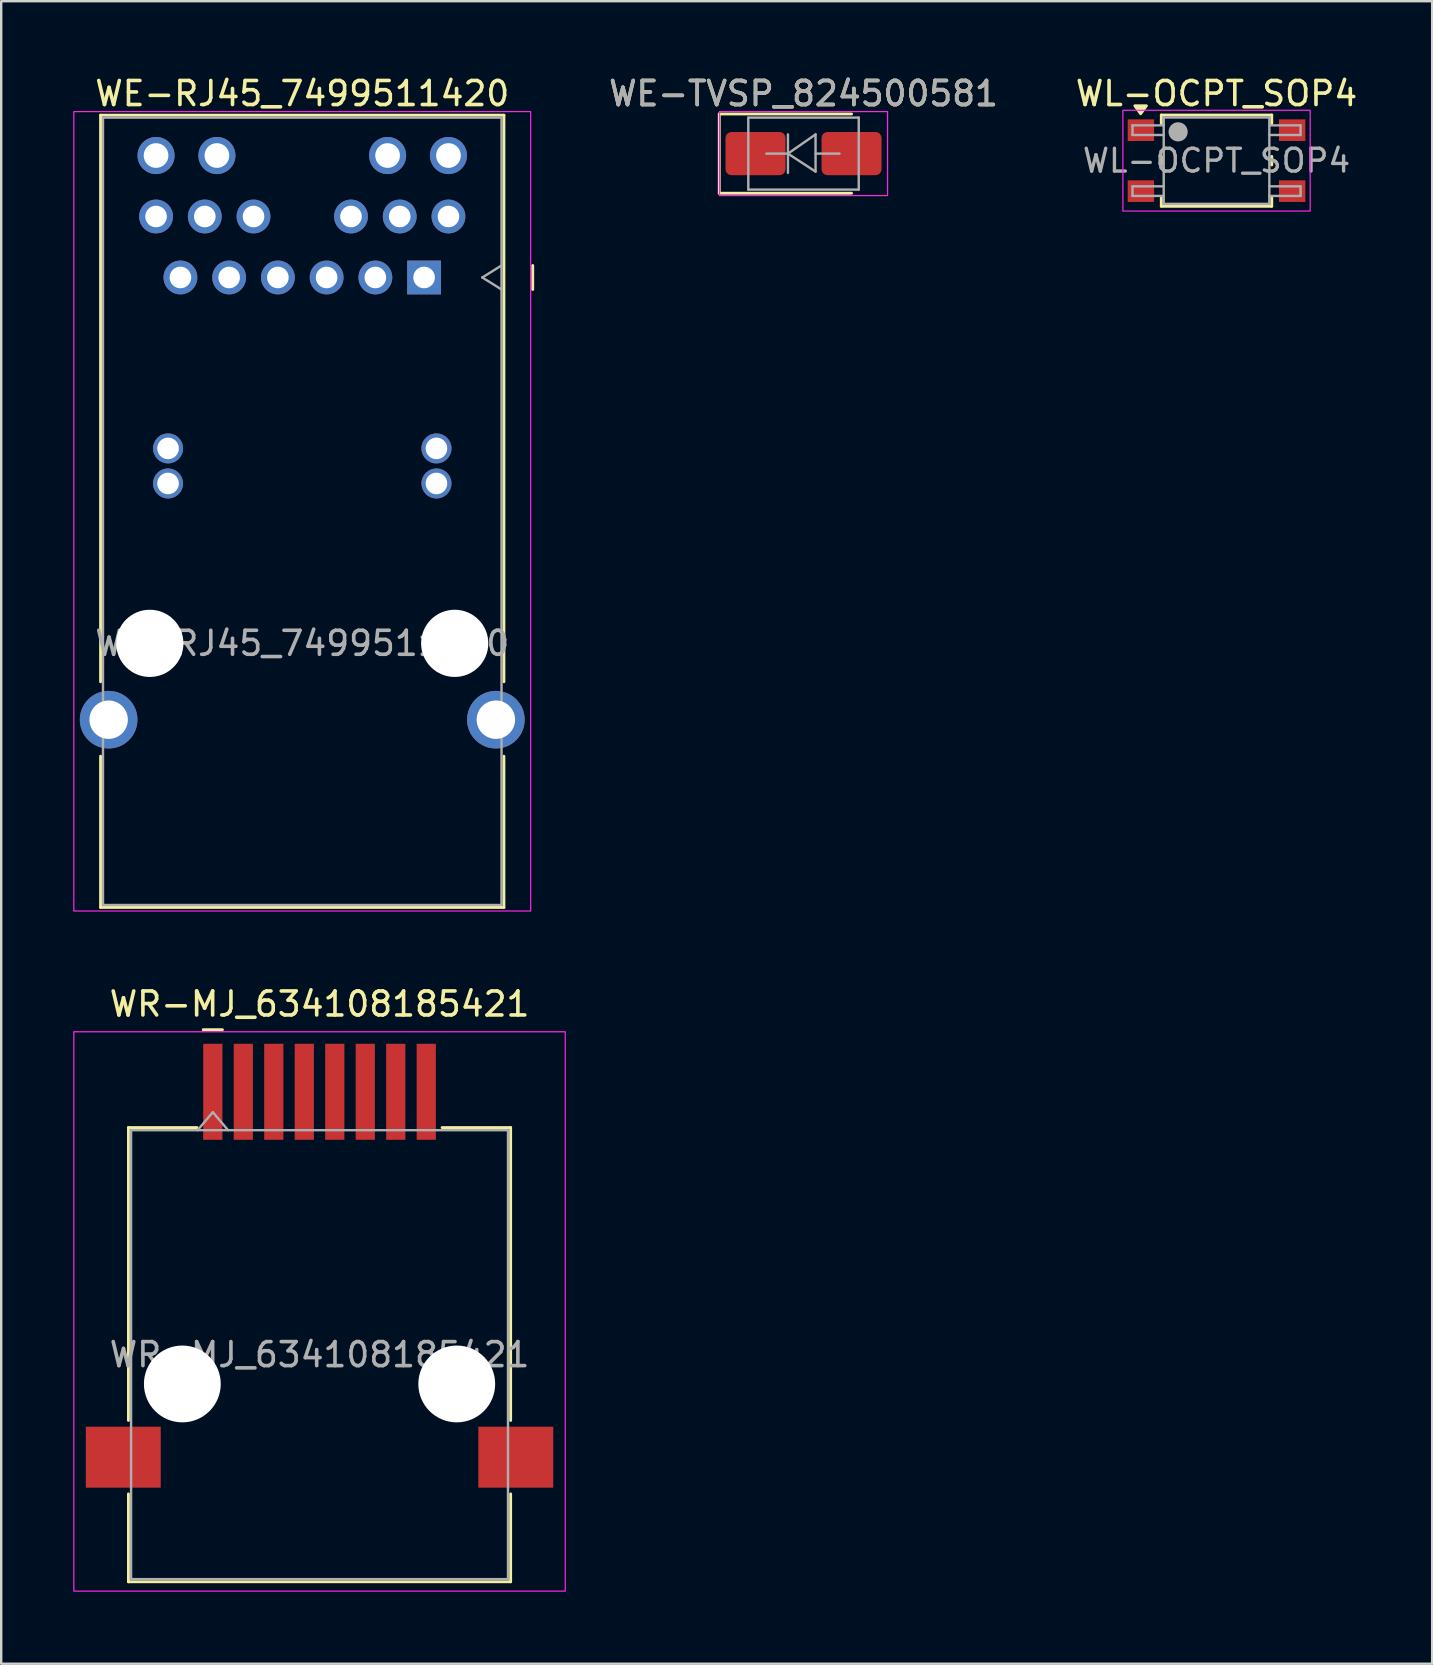
<source format=kicad_pcb>
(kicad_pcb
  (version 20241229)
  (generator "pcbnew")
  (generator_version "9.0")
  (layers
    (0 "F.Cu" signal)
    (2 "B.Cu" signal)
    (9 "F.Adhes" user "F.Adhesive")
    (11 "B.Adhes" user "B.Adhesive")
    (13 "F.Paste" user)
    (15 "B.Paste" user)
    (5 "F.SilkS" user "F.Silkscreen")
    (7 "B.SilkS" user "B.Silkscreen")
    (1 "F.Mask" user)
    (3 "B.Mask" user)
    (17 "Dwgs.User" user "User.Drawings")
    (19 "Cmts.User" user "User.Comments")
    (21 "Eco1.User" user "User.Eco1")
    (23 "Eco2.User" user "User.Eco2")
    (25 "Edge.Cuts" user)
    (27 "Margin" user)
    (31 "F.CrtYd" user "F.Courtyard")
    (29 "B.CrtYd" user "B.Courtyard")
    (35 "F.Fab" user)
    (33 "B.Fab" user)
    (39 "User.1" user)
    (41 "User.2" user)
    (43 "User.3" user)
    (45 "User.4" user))
  (footprint "WL-OCPT_SOP4"
    (layer "F.Cu")
    (at 47.623 3.642)
    (property "Reference" "WL-OCPT_SOP4" (at 0 -2.794 0) (layer "F.SilkS") (effects (font (size 1 1) (thickness 0.15))))
    (attr smd)
    (fp_line (start -2.3 -1.9) (end -2.3 -1.545) (stroke (width 0.12) (type solid)) (layer "F.SilkS"))
    (fp_line (start -2.3 -1.9) (end 2.3 -1.9) (stroke (width 0.12) (type solid)) (layer "F.SilkS"))
    (fp_line (start -2.3 -0.177) (end -2.3 0.177) (stroke (width 0.12) (type solid)) (layer "F.SilkS"))
    (fp_line (start -2.3 1.9) (end -2.3 1.545) (stroke (width 0.12) (type solid)) (layer "F.SilkS"))
    (fp_line (start -2.3 1.9) (end 2.3 1.9) (stroke (width 0.12) (type solid)) (layer "F.SilkS"))
    (fp_line (start 2.3 -1.9) (end 2.3 -1.545) (stroke (width 0.12) (type solid)) (layer "F.SilkS"))
    (fp_line (start 2.3 -0.177) (end 2.3 0.177) (stroke (width 0.12) (type solid)) (layer "F.SilkS"))
    (fp_line (start 2.3 1.9) (end 2.3 1.545) (stroke (width 0.12) (type solid)) (layer "F.SilkS"))
    (fp_poly (pts (xy -3.161 -1.956) (xy -3.401 -2.286) (xy -2.921 -2.286)) (stroke (width 0.12) (type solid)) (fill yes) (layer "F.SilkS"))
    (fp_poly (pts (xy -3.9 -2.1) (xy 3.9 -2.1) (xy 3.9 2.1) (xy -3.9 2.1)) (stroke (width 0.05) (type solid)) (fill no) (layer "F.CrtYd"))
    (fp_line (start -3.5 -1.47) (end -3.5 -1.07) (stroke (width 0.1) (type solid)) (layer "F.Fab"))
    (fp_line (start -3.5 -1.07) (end -2.2 -1.07) (stroke (width 0.1) (type solid)) (layer "F.Fab"))
    (fp_line (start -3.5 1.07) (end -3.5 1.47) (stroke (width 0.1) (type solid)) (layer "F.Fab"))
    (fp_line (start -3.5 1.47) (end -2.2 1.47) (stroke (width 0.1) (type solid)) (layer "F.Fab"))
    (fp_line (start -2.2 -1.8) (end 2.2 -1.8) (stroke (width 0.1) (type solid)) (layer "F.Fab"))
    (fp_line (start -2.2 -1.47) (end -3.5 -1.47) (stroke (width 0.1) (type solid)) (layer "F.Fab"))
    (fp_line (start -2.2 -1.47) (end -2.2 -1.8) (stroke (width 0.1) (type solid)) (layer "F.Fab"))
    (fp_line (start -2.2 -1.07) (end -2.2 -1.47) (stroke (width 0.1) (type solid)) (layer "F.Fab"))
    (fp_line (start -2.2 1.07) (end -3.5 1.07) (stroke (width 0.1) (type solid)) (layer "F.Fab"))
    (fp_line (start -2.2 1.8) (end -2.2 -1.07) (stroke (width 0.1) (type solid)) (layer "F.Fab"))
    (fp_line (start 2.2 -1.8) (end 2.2 1.8) (stroke (width 0.1) (type solid)) (layer "F.Fab"))
    (fp_line (start 2.2 -1.07) (end 3.5 -1.07) (stroke (width 0.1) (type solid)) (layer "F.Fab"))
    (fp_line (start 2.2 1.47) (end 3.5 1.47) (stroke (width 0.1) (type solid)) (layer "F.Fab"))
    (fp_line (start 2.2 1.8) (end -2.2 1.8) (stroke (width 0.1) (type solid)) (layer "F.Fab"))
    (fp_line (start 3.5 -1.47) (end 2.2 -1.47) (stroke (width 0.1) (type solid)) (layer "F.Fab"))
    (fp_line (start 3.5 -1.07) (end 3.5 -1.47) (stroke (width 0.1) (type solid)) (layer "F.Fab"))
    (fp_line (start 3.5 1.07) (end 2.2 1.07) (stroke (width 0.1) (type solid)) (layer "F.Fab"))
    (fp_line (start 3.5 1.47) (end 3.5 1.07) (stroke (width 0.1) (type solid)) (layer "F.Fab"))
    (fp_circle (center -1.6 -1.2) (end -1.4 -1.2) (stroke (width 0.4) (type solid)) (fill no) (layer "F.Fab"))
    (fp_text user "${REFERENCE}" (at 0 0 0) (layer "F.Fab") (effects (font (size 0.95 0.95) (thickness 0.14))))
    (pad "1" smd rect (at -3.15 -1.27) (size 1.1 0.9) (layers "F.Cu" "F.Mask" "F.Paste"))
    (pad "2" smd rect (at -3.15 1.27) (size 1.1 0.9) (layers "F.Cu" "F.Mask" "F.Paste"))
    (pad "3" smd rect (at 3.15 1.27) (size 1.1 0.9) (layers "F.Cu" "F.Mask" "F.Paste"))
    (pad "4" smd rect (at 3.15 -1.27) (size 1.1 0.9) (layers "F.Cu" "F.Mask" "F.Paste")))
  (footprint "WE-RJ45_7499511420"
    (layer "F.Cu")
    (at 14.615 8.508)
    (property "Reference" "WE-RJ45_7499511420" (at -5.075 -7.66 0) (unlocked yes) (layer "F.SilkS") (effects (font (size 1 1) (thickness 0.15))))
    (attr smd)
    (fp_line (start -13.475 16.84) (end -13.475 -6.76) (stroke (width 0.12) (type solid)) (layer "F.SilkS"))
    (fp_line (start -13.475 26.24) (end -13.475 19.94) (stroke (width 0.12) (type solid)) (layer "F.SilkS"))
    (fp_line (start -13.475 26.24) (end 3.325 26.24) (stroke (width 0.12) (type solid)) (layer "F.SilkS"))
    (fp_line (start 3.325 -6.76) (end -13.475 -6.76) (stroke (width 0.12) (type solid)) (layer "F.SilkS"))
    (fp_line (start 3.325 16.84) (end 3.325 -6.76) (stroke (width 0.12) (type solid)) (layer "F.SilkS"))
    (fp_line (start 3.325 26.24) (end 3.325 19.94) (stroke (width 0.12) (type solid)) (layer "F.SilkS"))
    (fp_line (start 4.525 -0.5) (end 4.525 0.5) (stroke (width 0.12) (type default)) (layer "F.SilkS"))
    (fp_rect (start -14.59 -6.91) (end 4.44 26.39) (stroke (width 0.05) (type default)) (fill no) (layer "F.CrtYd"))
    (fp_line (start 2.425 0) (end 3.225 -0.5) (stroke (width 0.1) (type default)) (layer "F.Fab"))
    (fp_line (start 3.225 0.5) (end 2.425 0) (stroke (width 0.1) (type default)) (layer "F.Fab"))
    (fp_rect (start -13.375 -6.66) (end 3.225 26.14) (stroke (width 0.1) (type default)) (fill no) (layer "F.Fab"))
    (fp_text user "${REFERENCE}" (at -5.075 15.24 0) (unlocked yes) (layer "F.Fab") (effects (font (size 1 1) (thickness 0.15))))
    (pad "" np_thru_hole circle (at -11.425 15.24) (size 2.8 2.8) (drill 2.8) (layers "*.Cu" "*.Mask"))
    (pad "" np_thru_hole circle (at 1.275 15.24) (size 2.8 2.8) (drill 2.8) (layers "*.Cu" "*.Mask"))
    (pad "1" thru_hole rect (at 0 0) (size 1.408 1.408) (drill 0.9) (layers "*.Cu" "*.Mask"))
    (pad "2" thru_hole circle (at -2.03 0) (size 1.408 1.408) (drill 0.9) (layers "*.Cu" "*.Mask"))
    (pad "3" thru_hole circle (at -4.06 0) (size 1.408 1.408) (drill 0.9) (layers "*.Cu" "*.Mask"))
    (pad "4" thru_hole circle (at -6.09 0) (size 1.408 1.408) (drill 0.9) (layers "*.Cu" "*.Mask"))
    (pad "5" thru_hole circle (at -8.12 0) (size 1.408 1.408) (drill 0.9) (layers "*.Cu" "*.Mask"))
    (pad "6" thru_hole circle (at -10.15 0) (size 1.408 1.408) (drill 0.9) (layers "*.Cu" "*.Mask"))
    (pad "7" thru_hole circle (at 1.015 -2.54) (size 1.408 1.408) (drill 0.9) (layers "*.Cu" "*.Mask"))
    (pad "8" thru_hole circle (at -1.015 -2.54) (size 1.408 1.408) (drill 0.9) (layers "*.Cu" "*.Mask"))
    (pad "9" thru_hole circle (at -3.045 -2.54) (size 1.408 1.408) (drill 0.9) (layers "*.Cu" "*.Mask"))
    (pad "10" thru_hole circle (at -7.105 -2.54) (size 1.408 1.408) (drill 0.9) (layers "*.Cu" "*.Mask"))
    (pad "11" thru_hole circle (at -9.135 -2.54) (size 1.408 1.408) (drill 0.9) (layers "*.Cu" "*.Mask"))
    (pad "12" thru_hole circle (at -11.165 -2.54) (size 1.408 1.408) (drill 0.9) (layers "*.Cu" "*.Mask"))
    (pad "13" thru_hole circle (at 0.515 7.12) (size 1.25 1.25) (drill 0.9) (layers "*.Cu" "*.Mask"))
    (pad "14" thru_hole circle (at -10.665 7.12) (size 1.25 1.25) (drill 0.9) (layers "*.Cu" "*.Mask"))
    (pad "15" thru_hole circle (at 0.515 8.58) (size 1.25 1.25) (drill 0.9) (layers "*.Cu" "*.Mask"))
    (pad "16" thru_hole circle (at -10.665 8.58) (size 1.25 1.25) (drill 0.9) (layers "*.Cu" "*.Mask"))
    (pad "17" thru_hole circle (at 1.015 -5.08) (size 1.545 1.545) (drill 1.03) (layers "*.Cu" "*.Mask"))
    (pad "18" thru_hole circle (at -1.52 -5.08) (size 1.545 1.545) (drill 1.03) (layers "*.Cu" "*.Mask"))
    (pad "19" thru_hole circle (at -8.63 -5.08) (size 1.545 1.545) (drill 1.03) (layers "*.Cu" "*.Mask"))
    (pad "20" thru_hole circle (at -11.165 -5.08) (size 1.545 1.545) (drill 1.03) (layers "*.Cu" "*.Mask"))
    (pad "S1" thru_hole circle (at 2.99 18.42) (size 2.4 2.4) (drill 1.6) (layers "*.Cu" "*.Mask"))
    (pad "S2" thru_hole circle (at -13.14 18.42) (size 2.4 2.4) (drill 1.6) (layers "*.Cu" "*.Mask")))
  (footprint "WE-TVSP_824500581"
    (layer "F.Cu")
    (at 30.42 3.348)
    (property "Reference" "WE-TVSP_824500581" (at 0 -2.5 0) (layer "F.SilkS") (effects (font (size 1 1) (thickness 0.15))))
    (attr smd)
    (fp_line (start -3.51 -1.65) (end -3.51 1.65) (stroke (width 0.12) (type solid)) (layer "F.SilkS"))
    (fp_line (start -3.51 -1.65) (end 2 -1.65) (stroke (width 0.12) (type solid)) (layer "F.SilkS"))
    (fp_line (start -3.51 1.65) (end 2 1.65) (stroke (width 0.12) (type solid)) (layer "F.SilkS"))
    (fp_line (start -3.5 -1.75) (end 3.5 -1.75) (stroke (width 0.05) (type solid)) (layer "F.CrtYd"))
    (fp_line (start -3.5 1.75) (end -3.5 -1.75) (stroke (width 0.05) (type solid)) (layer "F.CrtYd"))
    (fp_line (start 3.5 -1.75) (end 3.5 1.75) (stroke (width 0.05) (type solid)) (layer "F.CrtYd"))
    (fp_line (start 3.5 1.75) (end -3.5 1.75) (stroke (width 0.05) (type solid)) (layer "F.CrtYd"))
    (fp_line (start -2.3 1.5) (end -2.3 -1.5) (stroke (width 0.1) (type solid)) (layer "F.Fab"))
    (fp_line (start -0.649 -0.799) (end -0.649 0.801) (stroke (width 0.1) (type solid)) (layer "F.Fab"))
    (fp_line (start -0.649 0.001) (end -1.551 0.001) (stroke (width 0.1) (type solid)) (layer "F.Fab"))
    (fp_line (start -0.649 0.001) (end 0.501 -0.799) (stroke (width 0.1) (type solid)) (layer "F.Fab"))
    (fp_line (start -0.649 0.001) (end 0.501 0.75) (stroke (width 0.1) (type solid)) (layer "F.Fab"))
    (fp_line (start 0.501 0.001) (end 1.499 0.001) (stroke (width 0.1) (type solid)) (layer "F.Fab"))
    (fp_line (start 0.501 0.75) (end 0.501 -0.799) (stroke (width 0.1) (type solid)) (layer "F.Fab"))
    (fp_line (start 2.3 -1.5) (end -2.3 -1.5) (stroke (width 0.1) (type solid)) (layer "F.Fab"))
    (fp_line (start 2.3 -1.5) (end 2.3 1.5) (stroke (width 0.1) (type solid)) (layer "F.Fab"))
    (fp_line (start 2.3 1.5) (end -2.3 1.5) (stroke (width 0.1) (type solid)) (layer "F.Fab"))
    (fp_text user "${REFERENCE}" (at 0 -2.5 0) (layer "F.Fab") (effects (font (size 1 1) (thickness 0.15))))
    (pad "1" smd roundrect (at -2 0) (size 2.5 1.8) (layers "F.Cu" "F.Mask" "F.Paste") (roundrect_rratio 0.139))
    (pad "2" smd roundrect (at 2 0) (size 2.5 1.8) (layers "F.Cu" "F.Mask" "F.Paste") (roundrect_rratio 0.139)))
  (footprint "WR-MJ_634108185421"
    (layer "F.Cu")
    (at 10.26 53.377)
    (property "Reference" "WR-MJ_634108185421" (at 0 -14.605 0) (unlocked yes) (layer "F.SilkS") (effects (font (size 1 1) (thickness 0.15))))
    (attr smd)
    (fp_line (start -7.96 2.74) (end -7.96 -9.46) (stroke (width 0.12) (type solid)) (layer "F.SilkS"))
    (fp_line (start -7.96 5.8) (end -7.96 9.46) (stroke (width 0.12) (type solid)) (layer "F.SilkS"))
    (fp_line (start -7.96 9.46) (end 7.96 9.46) (stroke (width 0.12) (type solid)) (layer "F.SilkS"))
    (fp_line (start -5.105 -9.46) (end -7.96 -9.46) (stroke (width 0.12) (type solid)) (layer "F.SilkS"))
    (fp_line (start -4.045 -13.535) (end -4.845 -13.535) (stroke (width 0.12) (type solid)) (layer "F.SilkS"))
    (fp_line (start 5.105 -9.46) (end 7.96 -9.46) (stroke (width 0.12) (type solid)) (layer "F.SilkS"))
    (fp_line (start 7.96 2.74) (end 7.96 -9.46) (stroke (width 0.12) (type solid)) (layer "F.SilkS"))
    (fp_line (start 7.96 5.8) (end 7.96 9.46) (stroke (width 0.12) (type solid)) (layer "F.SilkS"))
    (fp_rect (start -10.235 -13.45) (end 10.235 9.85) (stroke (width 0.05) (type solid)) (fill no) (layer "F.CrtYd"))
    (fp_line (start -4.445 -10.1) (end -5.08 -9.35) (stroke (width 0.1) (type solid)) (layer "F.Fab"))
    (fp_line (start -4.445 -10.1) (end -3.81 -9.35) (stroke (width 0.1) (type solid)) (layer "F.Fab"))
    (fp_rect (start -7.85 -9.35) (end 7.85 9.35) (stroke (width 0.1) (type solid)) (fill no) (layer "F.Fab"))
    (fp_text user "${REFERENCE}" (at 0 0 0) (unlocked yes) (layer "F.Fab") (effects (font (size 1 1) (thickness 0.15))))
    (pad "" np_thru_hole circle (at -5.715 1.22) (size 3.2 3.2) (drill 3.2) (layers "*.Cu" "*.Mask"))
    (pad "" np_thru_hole circle (at 5.715 1.22) (size 3.2 3.2) (drill 3.2) (layers "*.Cu" "*.Mask"))
    (pad "1" smd rect (at -4.445 -10.95) (size 0.8 4) (layers "F.Cu" "F.Mask" "F.Paste"))
    (pad "2" smd rect (at -3.175 -10.95) (size 0.8 4) (layers "F.Cu" "F.Mask" "F.Paste"))
    (pad "3" smd rect (at -1.905 -10.95) (size 0.8 4) (layers "F.Cu" "F.Mask" "F.Paste"))
    (pad "4" smd rect (at -0.635 -10.95) (size 0.8 4) (layers "F.Cu" "F.Mask" "F.Paste"))
    (pad "5" smd rect (at 0.635 -10.95) (size 0.8 4) (layers "F.Cu" "F.Mask" "F.Paste"))
    (pad "6" smd rect (at 1.905 -10.95) (size 0.8 4) (layers "F.Cu" "F.Mask" "F.Paste"))
    (pad "7" smd rect (at 3.175 -10.95) (size 0.8 4) (layers "F.Cu" "F.Mask" "F.Paste"))
    (pad "8" smd rect (at 4.445 -10.95) (size 0.8 4) (layers "F.Cu" "F.Mask" "F.Paste"))
    (pad "SH" smd rect (at -8.175 4.27) (size 3.12 2.54) (layers "F.Cu" "F.Mask" "F.Paste"))
    (pad "SH" smd rect (at 8.175 4.27) (size 3.12 2.54) (layers "F.Cu" "F.Mask" "F.Paste")))
  (gr_rect
    (start -3 -3)
    (end 56.605 66.251)
    (stroke (width 0.1) (type default))
    (fill no)
    (layer "Edge.Cuts")))
</source>
